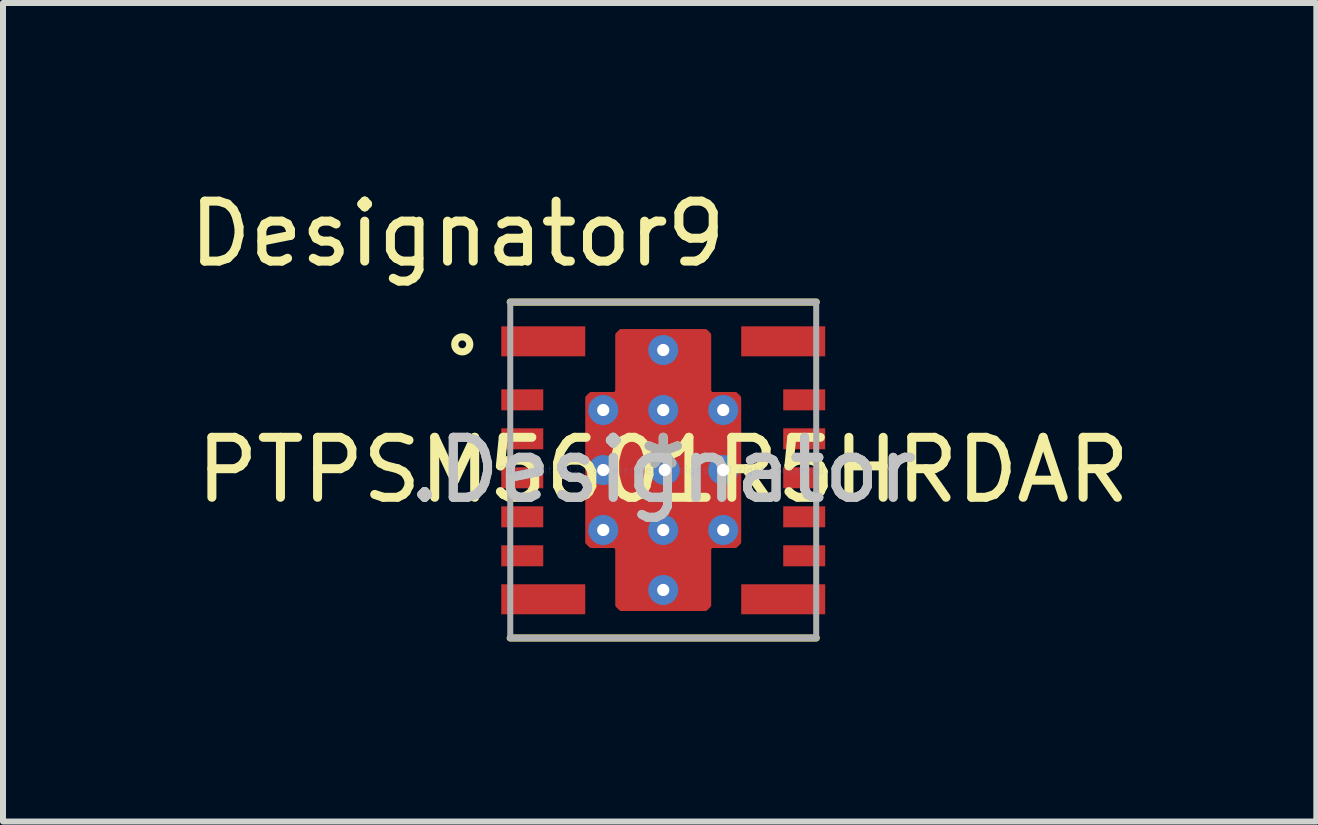
<source format=kicad_pcb>
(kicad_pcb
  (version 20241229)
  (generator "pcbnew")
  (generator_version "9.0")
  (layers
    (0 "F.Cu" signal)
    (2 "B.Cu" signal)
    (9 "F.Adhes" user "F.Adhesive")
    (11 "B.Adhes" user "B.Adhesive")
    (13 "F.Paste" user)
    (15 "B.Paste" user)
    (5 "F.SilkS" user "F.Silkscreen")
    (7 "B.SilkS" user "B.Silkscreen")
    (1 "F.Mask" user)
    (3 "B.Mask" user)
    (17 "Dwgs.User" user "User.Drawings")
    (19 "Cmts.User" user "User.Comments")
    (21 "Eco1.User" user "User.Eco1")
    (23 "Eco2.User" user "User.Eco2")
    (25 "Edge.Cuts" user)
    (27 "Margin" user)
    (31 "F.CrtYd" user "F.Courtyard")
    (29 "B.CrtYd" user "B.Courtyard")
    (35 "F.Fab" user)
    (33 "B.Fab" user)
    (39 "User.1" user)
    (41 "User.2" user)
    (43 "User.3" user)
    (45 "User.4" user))
  (footprint "PTPSM5601R5HRDAR"
    (layer "F.Cu")
    (at 8.006 4.785)
    (property "Reference" "PTPSM5601R5HRDAR" (at 0 0 0) (layer "F.SilkS") (effects (font (size 1 1) (thickness 0.15))))
    (attr through_hole)
    (fp_poly (pts (xy -0.7 -2.3) (xy -0.75 -2.25) (xy -0.75 -1.3) (xy -0.8 -1.25) (xy -1.2 -1.25) (xy -1.25 -1.2) (xy -1.25 1.2) (xy -1.2 1.25) (xy -0.8 1.25) (xy -0.75 1.3) (xy -0.75 2.25) (xy -0.7 2.3) (xy 0.7 2.3) (xy 0.75 2.25) (xy 0.75 1.3) (xy 0.8 1.25) (xy 1.2 1.25) (xy 1.25 1.2) (xy 1.25 -1.2) (xy 1.2 -1.25) (xy 0.8 -1.25) (xy 0.75 -1.3) (xy 0.75 -2.25) (xy 0.7 -2.3)) (stroke (width 0.1) (type solid)) (fill yes) (layer "F.Cu"))
    (fp_poly (pts (xy -0.7 -2.3) (xy 0.7 -2.3) (xy 0.75 -2.25) (xy 0.75 -1.3) (xy 0.8 -1.25) (xy 1.2 -1.25) (xy 1.25 -1.2) (xy 1.25 1.2) (xy 1.2 1.25) (xy 0.8 1.25) (xy 0.75 1.3) (xy 0.75 2.25) (xy 0.7 2.3) (xy -0.7 2.3) (xy -0.75 2.25) (xy -0.75 1.3) (xy -0.8 1.25) (xy -1.2 1.25) (xy -1.25 1.2) (xy -1.25 -1.2) (xy -1.2 -1.25) (xy -0.8 -1.25) (xy -0.75 -1.3) (xy -0.75 -2.25)) (stroke (width 0.1) (type solid)) (fill yes) (layer "F.Mask"))
    (fp_line (start -2.55 -2.8) (end 2.55 -2.8) (stroke (width 0.12) (type solid)) (layer "F.SilkS"))
    (fp_line (start -2.55 2.8) (end 2.55 2.8) (stroke (width 0.12) (type solid)) (layer "F.SilkS"))
    (fp_circle (center -3.35 -2.095) (end -3.225 -2.095) (stroke (width 0.12) (type solid)) (fill no) (layer "F.SilkS"))
    (fp_poly (pts (xy -2.675 0.23) (xy -2.675 0.03) (xy -2.625 -0.02) (xy -2.075 -0.02) (xy -2.025 0.03) (xy -2.025 0.23) (xy -2.075 0.28) (xy -2.625 0.28)) (stroke (width 0.1) (type solid)) (fill yes) (layer "F.Paste"))
    (fp_poly (pts (xy -2.675 0.68) (xy -2.625 0.63) (xy -2.075 0.63) (xy -2.025 0.68) (xy -2.025 0.88) (xy -2.075 0.93) (xy -2.625 0.93) (xy -2.675 0.88)) (stroke (width 0.1) (type solid)) (fill yes) (layer "F.Paste"))
    (fp_poly (pts (xy -2.625 -1.02) (xy -2.675 -1.07) (xy -2.675 -1.27) (xy -2.625 -1.32) (xy -2.075 -1.32) (xy -2.025 -1.27) (xy -2.025 -1.07) (xy -2.075 -1.02)) (stroke (width 0.1) (type solid)) (fill yes) (layer "F.Paste"))
    (fp_poly (pts (xy -2.625 -0.37) (xy -2.675 -0.42) (xy -2.675 -0.62) (xy -2.625 -0.67) (xy -2.075 -0.67) (xy -2.025 -0.62) (xy -2.025 -0.42) (xy -2.075 -0.37)) (stroke (width 0.1) (type solid)) (fill yes) (layer "F.Paste"))
    (fp_poly (pts (xy -2.625 1.28) (xy -2.075 1.28) (xy -2.025 1.33) (xy -2.025 1.53) (xy -2.075 1.58) (xy -2.625 1.58) (xy -2.675 1.53) (xy -2.675 1.33)) (stroke (width 0.1) (type solid)) (fill yes) (layer "F.Paste"))
    (fp_poly (pts (xy -2.625 1.93) (xy -1.375 1.93) (xy -1.325 1.98) (xy -1.325 2.33) (xy -1.375 2.38) (xy -2.625 2.38) (xy -2.675 2.33) (xy -2.675 1.98)) (stroke (width 0.1) (type solid)) (fill yes) (layer "F.Paste"))
    (fp_poly (pts (xy -1.375 -2.37) (xy -1.325 -2.32) (xy -1.325 -1.97) (xy -1.375 -1.92) (xy -2.625 -1.92) (xy -2.675 -1.97) (xy -2.675 -2.32) (xy -2.625 -2.37)) (stroke (width 0.1) (type solid)) (fill yes) (layer "F.Paste"))
    (fp_poly (pts (xy -1.1 0.75) (xy -1.1 0.2) (xy -1.05 0.15) (xy -0.2 0.15) (xy -0.15 0.2) (xy -0.15 0.75) (xy -0.2 0.8) (xy -1.05 0.8)) (stroke (width 0.1) (type solid)) (fill yes) (layer "F.Paste"))
    (fp_poly (pts (xy -1.05 -0.8) (xy -0.2 -0.8) (xy -0.15 -0.75) (xy -0.15 -0.2) (xy -0.2 -0.15) (xy -1.05 -0.15) (xy -1.1 -0.2) (xy -1.1 -0.75)) (stroke (width 0.1) (type solid)) (fill yes) (layer "F.Paste"))
    (fp_poly (pts (xy -0.675 -2.25) (xy -0.175 -2.25) (xy -0.125 -2.2) (xy -0.125 -1.15) (xy -0.175 -1.1) (xy -0.675 -1.1) (xy -0.725 -1.15) (xy -0.725 -2.2)) (stroke (width 0.1) (type solid)) (fill yes) (layer "F.Paste"))
    (fp_poly (pts (xy -0.125 2.2) (xy -0.175 2.25) (xy -0.675 2.25) (xy -0.725 2.2) (xy -0.725 1.15) (xy -0.675 1.1) (xy -0.175 1.1) (xy -0.125 1.15)) (stroke (width 0.1) (type solid)) (fill yes) (layer "F.Paste"))
    (fp_poly (pts (xy 0.125 -1.15) (xy 0.125 -2.2) (xy 0.175 -2.25) (xy 0.675 -2.25) (xy 0.725 -2.2) (xy 0.725 -1.15) (xy 0.675 -1.1) (xy 0.175 -1.1)) (stroke (width 0.1) (type solid)) (fill yes) (layer "F.Paste"))
    (fp_poly (pts (xy 0.125 1.15) (xy 0.175 1.1) (xy 0.675 1.1) (xy 0.725 1.15) (xy 0.725 2.2) (xy 0.675 2.25) (xy 0.175 2.25) (xy 0.125 2.2)) (stroke (width 0.1) (type solid)) (fill yes) (layer "F.Paste"))
    (fp_poly (pts (xy 1.05 0.8) (xy 0.2 0.8) (xy 0.15 0.75) (xy 0.15 0.2) (xy 0.2 0.15) (xy 1.05 0.15) (xy 1.1 0.2) (xy 1.1 0.75)) (stroke (width 0.1) (type solid)) (fill yes) (layer "F.Paste"))
    (fp_poly (pts (xy 1.1 -0.2) (xy 1.05 -0.15) (xy 0.2 -0.15) (xy 0.15 -0.2) (xy 0.15 -0.75) (xy 0.2 -0.8) (xy 1.05 -0.8) (xy 1.1 -0.75)) (stroke (width 0.1) (type solid)) (fill yes) (layer "F.Paste"))
    (fp_poly (pts (xy 1.325 -1.97) (xy 1.325 -2.32) (xy 1.375 -2.37) (xy 2.625 -2.37) (xy 2.675 -2.32) (xy 2.675 -1.97) (xy 2.625 -1.92) (xy 1.375 -1.92)) (stroke (width 0.1) (type solid)) (fill yes) (layer "F.Paste"))
    (fp_poly (pts (xy 1.375 2.38) (xy 1.325 2.33) (xy 1.325 1.98) (xy 1.375 1.93) (xy 2.625 1.93) (xy 2.675 1.98) (xy 2.675 2.33) (xy 2.625 2.38)) (stroke (width 0.1) (type solid)) (fill yes) (layer "F.Paste"))
    (fp_poly (pts (xy 2.075 -1.32) (xy 2.625 -1.32) (xy 2.675 -1.27) (xy 2.675 -1.07) (xy 2.625 -1.02) (xy 2.075 -1.02) (xy 2.025 -1.07) (xy 2.025 -1.27)) (stroke (width 0.1) (type solid)) (fill yes) (layer "F.Paste"))
    (fp_poly (pts (xy 2.075 1.58) (xy 2.025 1.53) (xy 2.025 1.33) (xy 2.075 1.28) (xy 2.625 1.28) (xy 2.675 1.33) (xy 2.675 1.53) (xy 2.625 1.58)) (stroke (width 0.1) (type solid)) (fill yes) (layer "F.Paste"))
    (fp_poly (pts (xy 2.625 -0.37) (xy 2.075 -0.37) (xy 2.025 -0.42) (xy 2.025 -0.62) (xy 2.075 -0.67) (xy 2.625 -0.67) (xy 2.675 -0.62) (xy 2.675 -0.42)) (stroke (width 0.1) (type solid)) (fill yes) (layer "F.Paste"))
    (fp_poly (pts (xy 2.625 0.93) (xy 2.075 0.93) (xy 2.025 0.88) (xy 2.025 0.68) (xy 2.075 0.63) (xy 2.625 0.63) (xy 2.675 0.68) (xy 2.675 0.88)) (stroke (width 0.1) (type solid)) (fill yes) (layer "F.Paste"))
    (fp_poly (pts (xy 2.675 0.03) (xy 2.675 0.23) (xy 2.625 0.28) (xy 2.075 0.28) (xy 2.025 0.23) (xy 2.025 0.03) (xy 2.075 -0.02) (xy 2.625 -0.02)) (stroke (width 0.1) (type solid)) (fill yes) (layer "F.Paste"))
    (fp_line (start -2.55 -2.8) (end 2.55 -2.8) (stroke (width 0.1) (type solid)) (layer "F.Fab"))
    (fp_line (start -2.55 2.8) (end -2.55 -2.8) (stroke (width 0.1) (type solid)) (layer "F.Fab"))
    (fp_line (start -2.55 2.8) (end 2.55 2.8) (stroke (width 0.1) (type solid)) (layer "F.Fab"))
    (fp_line (start 2.55 2.8) (end 2.55 -2.8) (stroke (width 0.1) (type solid)) (layer "F.Fab"))
    (fp_text user "Designator9" (at -3.429 -3.937 0) (layer "F.SilkS") (effects (font (size 1 1) (thickness 0.15))))
    (fp_text user "*" (at 0 0 0) (layer "F.SilkS") (effects (font (size 1 1) (thickness 0.15))))
    (fp_text user ".Designator" (at 0 0 0) (layer "Dwgs.User") (effects (font (size 1 1) (thickness 0.15))))
    (fp_text user "Copyright 2021 Accelerated Designs. All rights reserved." (at 0 0 0) (layer "Cmts.User") (effects (font (size 0.127 0.127) (thickness 0.002))))
    (fp_text user "*" (at 0 0 0) (layer "F.Fab") (effects (font (size 1 1) (thickness 0.15))))
    (fp_text user ".Designator" (at 0 0 0) (layer "F.Fab") (effects (font (size 1 1) (thickness 0.15))))
    (pad "1" smd rect (at -2 -2.145) (size 1.4 0.5) (layers "F.Cu" "F.Mask" "F.Paste"))
    (pad "2" smd rect (at -2.35 -1.17) (size 0.7 0.35) (layers "F.Cu" "F.Mask" "F.Paste"))
    (pad "3" smd rect (at -2.35 -0.52) (size 0.7 0.35) (layers "F.Cu" "F.Mask" "F.Paste"))
    (pad "4" smd rect (at -2.35 0.13) (size 0.7 0.35) (layers "F.Cu" "F.Mask" "F.Paste"))
    (pad "5" smd rect (at -2.35 0.78) (size 0.7 0.35) (layers "F.Cu" "F.Mask" "F.Paste"))
    (pad "6" smd rect (at -2.35 1.43) (size 0.7 0.35) (layers "F.Cu" "F.Mask" "F.Paste"))
    (pad "7" smd rect (at -2 2.155) (size 1.4 0.5) (layers "F.Cu" "F.Mask" "F.Paste"))
    (pad "8" smd rect (at 2 2.155) (size 1.4 0.5) (layers "F.Cu" "F.Mask" "F.Paste"))
    (pad "9" smd rect (at 2.35 1.43) (size 0.7 0.35) (layers "F.Cu" "F.Mask" "F.Paste"))
    (pad "10" smd rect (at 2.35 0.78) (size 0.7 0.35) (layers "F.Cu" "F.Mask" "F.Paste"))
    (pad "11" smd rect (at 2.35 0.13) (size 0.7 0.35) (layers "F.Cu" "F.Mask" "F.Paste"))
    (pad "12" smd rect (at 2.35 -0.52) (size 0.7 0.35) (layers "F.Cu" "F.Mask" "F.Paste"))
    (pad "13" smd rect (at 2.35 -1.17) (size 0.7 0.35) (layers "F.Cu" "F.Mask" "F.Paste"))
    (pad "14" smd rect (at 2 -2.145) (size 1.4 0.5) (layers "F.Cu" "F.Mask" "F.Paste"))
    (pad "15" smd circle (at 0 0) (size 2.25 2.25) (layers "F.Cu" "F.Mask" "F.Paste"))
    (pad "16" thru_hole circle (at 1 1) (size 0.5 0.5) (drill 0.203) (layers "*.Cu" "*.Mask"))
    (pad "17" thru_hole circle (at 1 0) (size 0.5 0.5) (drill 0.203) (layers "*.Cu" "*.Mask"))
    (pad "18" thru_hole circle (at 1 -1) (size 0.5 0.5) (drill 0.203) (layers "*.Cu" "*.Mask"))
    (pad "19" thru_hole circle (at -1 1) (size 0.5 0.5) (drill 0.203) (layers "*.Cu" "*.Mask"))
    (pad "20" thru_hole circle (at -1 0) (size 0.5 0.5) (drill 0.203) (layers "*.Cu" "*.Mask"))
    (pad "21" thru_hole circle (at -1 -1) (size 0.5 0.5) (drill 0.203) (layers "*.Cu" "*.Mask"))
    (pad "22" thru_hole circle (at 0 2) (size 0.5 0.5) (drill 0.203) (layers "*.Cu" "*.Mask"))
    (pad "23" thru_hole circle (at 0 1) (size 0.5 0.5) (drill 0.203) (layers "*.Cu" "*.Mask"))
    (pad "24" thru_hole circle (at 0.025 0) (size 0.5 0.5) (drill 0.203) (layers "*.Cu" "*.Mask"))
    (pad "25" thru_hole circle (at 0 -1) (size 0.5 0.5) (drill 0.203) (layers "*.Cu" "*.Mask"))
    (pad "26" thru_hole circle (at 0 -2) (size 0.5 0.5) (drill 0.203) (layers "*.Cu" "*.Mask")))
  (gr_rect
    (start -3 -3)
    (end 18.893 10.645)
    (stroke (width 0.1) (type default))
    (fill no)
    (layer "Edge.Cuts")))
</source>
